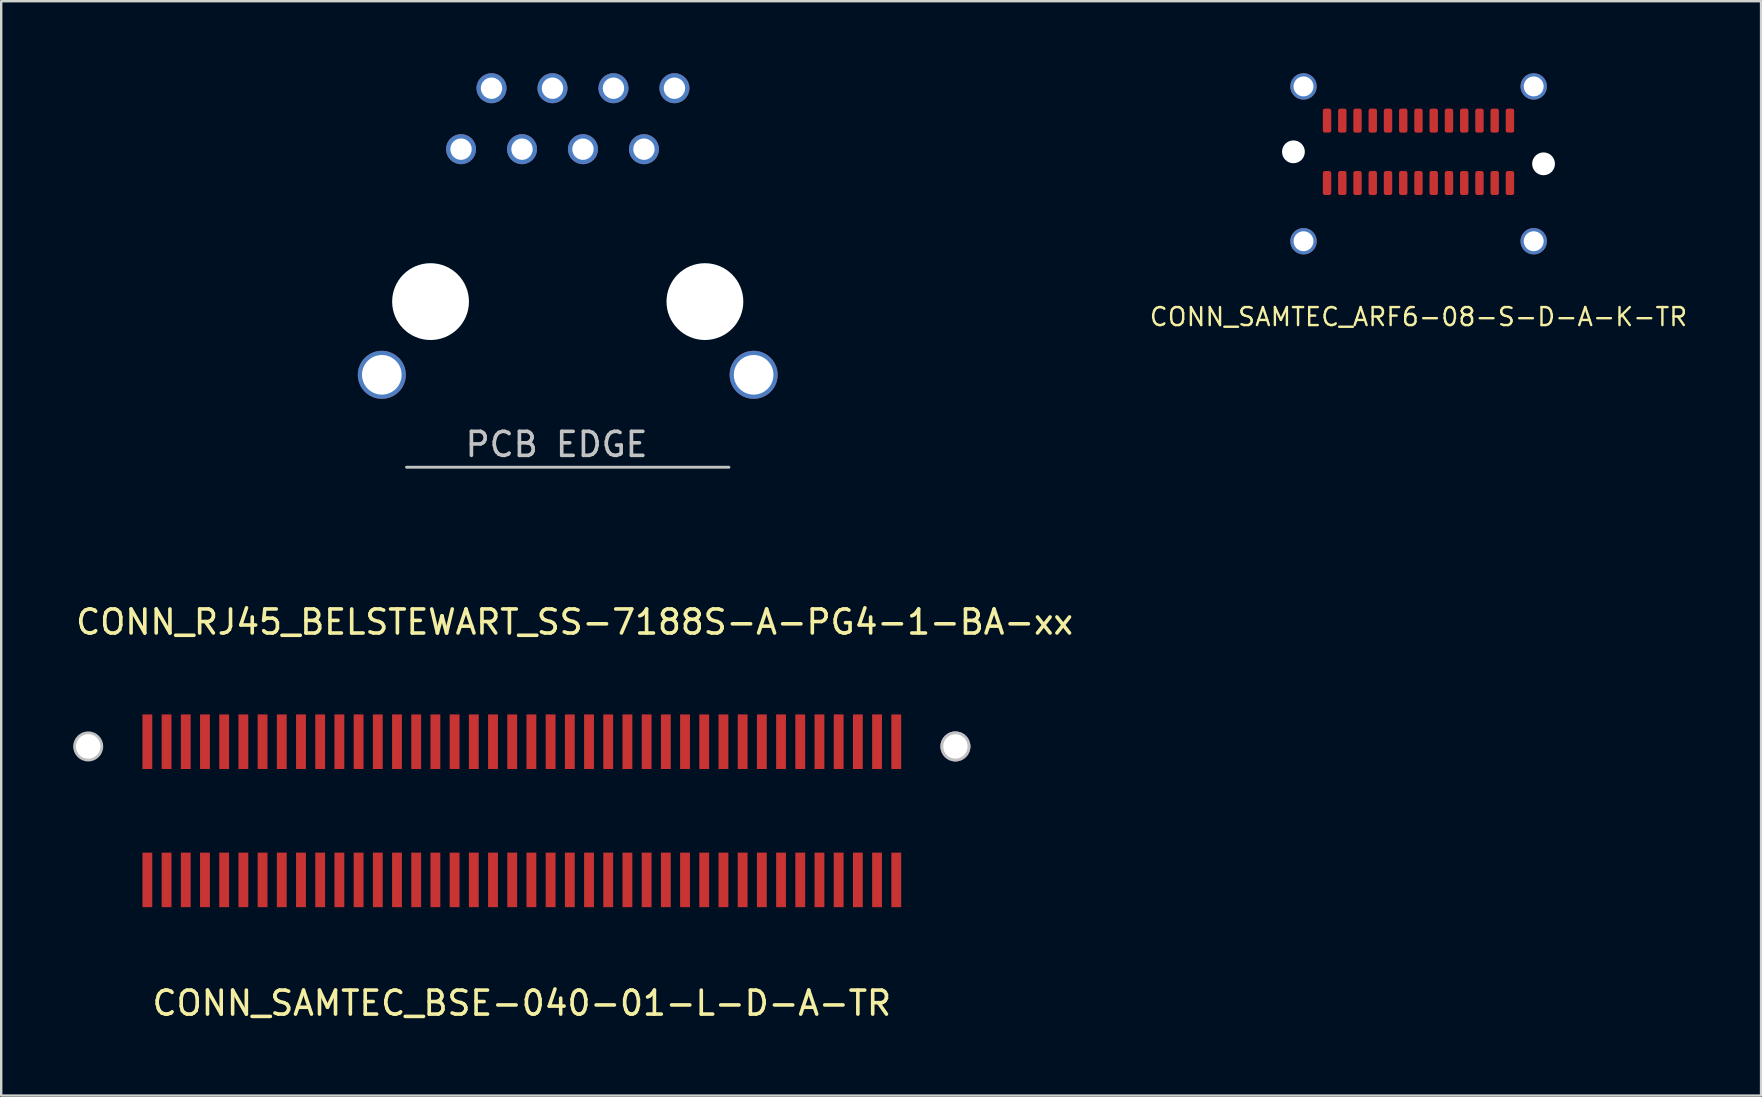
<source format=kicad_pcb>
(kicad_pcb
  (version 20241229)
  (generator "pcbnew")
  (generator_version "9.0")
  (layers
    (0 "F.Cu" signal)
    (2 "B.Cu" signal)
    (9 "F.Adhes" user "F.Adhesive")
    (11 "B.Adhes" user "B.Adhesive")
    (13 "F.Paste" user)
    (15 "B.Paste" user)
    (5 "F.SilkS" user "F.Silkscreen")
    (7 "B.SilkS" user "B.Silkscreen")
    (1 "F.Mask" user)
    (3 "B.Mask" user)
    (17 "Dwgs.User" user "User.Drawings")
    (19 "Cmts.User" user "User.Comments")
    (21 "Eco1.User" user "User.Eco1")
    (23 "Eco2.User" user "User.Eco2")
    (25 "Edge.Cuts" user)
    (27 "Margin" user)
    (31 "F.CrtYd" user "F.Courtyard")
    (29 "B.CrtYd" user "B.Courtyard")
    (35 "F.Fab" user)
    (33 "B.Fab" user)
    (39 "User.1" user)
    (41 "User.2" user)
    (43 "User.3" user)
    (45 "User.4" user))
  (footprint "CONN_SAMTEC_BSE-040-01-L-D-A-TR"
    (layer "F.Cu")
    (at 18.689 30.743)
    (property "Reference" "CONN_SAMTEC_BSE-040-01-L-D-A-TR" (at 0 8 0) (unlocked yes) (layer "F.SilkS") (effects (font (size 1 1) (thickness 0.15))))
    (attr smd)
    (pad "" np_thru_hole circle (at -18.064 -2.696) (size 1.25 1.25) (drill 1.02) (layers "Dwgs.User"))
    (pad "" np_thru_hole circle (at 18.064 -2.696) (size 1.25 1.25) (drill 1.016) (layers "*.Cu" "Dwgs.User"))
    (pad "1" smd rect (at -15.6 2.864) (size 0.41 2.273) (layers "F.Cu" "F.Mask" "F.Paste"))
    (pad "2" smd rect (at -15.6 -2.893) (size 0.41 2.273) (layers "F.Cu" "F.Mask" "F.Paste"))
    (pad "3" smd rect (at -14.8 2.864) (size 0.41 2.273) (layers "F.Cu" "F.Mask" "F.Paste"))
    (pad "4" smd rect (at -14.8 -2.893) (size 0.41 2.273) (layers "F.Cu" "F.Mask" "F.Paste"))
    (pad "5" smd rect (at -14 2.864) (size 0.41 2.273) (layers "F.Cu" "F.Mask" "F.Paste"))
    (pad "6" smd rect (at -14 -2.893) (size 0.41 2.273) (layers "F.Cu" "F.Mask" "F.Paste"))
    (pad "7" smd rect (at -13.2 2.864) (size 0.41 2.273) (layers "F.Cu" "F.Mask" "F.Paste"))
    (pad "8" smd rect (at -13.2 -2.893) (size 0.41 2.273) (layers "F.Cu" "F.Mask" "F.Paste"))
    (pad "9" smd rect (at -12.4 2.864) (size 0.41 2.273) (layers "F.Cu" "F.Mask" "F.Paste"))
    (pad "10" smd rect (at -12.4 -2.893) (size 0.41 2.273) (layers "F.Cu" "F.Mask" "F.Paste"))
    (pad "11" smd rect (at -11.6 2.864) (size 0.41 2.273) (layers "F.Cu" "F.Mask" "F.Paste"))
    (pad "12" smd rect (at -11.6 -2.893) (size 0.41 2.273) (layers "F.Cu" "F.Mask" "F.Paste"))
    (pad "13" smd rect (at -10.8 2.864) (size 0.41 2.273) (layers "F.Cu" "F.Mask" "F.Paste"))
    (pad "14" smd rect (at -10.8 -2.893) (size 0.41 2.273) (layers "F.Cu" "F.Mask" "F.Paste"))
    (pad "15" smd rect (at -10 2.864) (size 0.41 2.273) (layers "F.Cu" "F.Mask" "F.Paste"))
    (pad "16" smd rect (at -10 -2.893) (size 0.41 2.273) (layers "F.Cu" "F.Mask" "F.Paste"))
    (pad "17" smd rect (at -9.2 2.864) (size 0.41 2.273) (layers "F.Cu" "F.Mask" "F.Paste"))
    (pad "18" smd rect (at -9.2 -2.893) (size 0.41 2.273) (layers "F.Cu" "F.Mask" "F.Paste"))
    (pad "19" smd rect (at -8.4 2.864) (size 0.41 2.273) (layers "F.Cu" "F.Mask" "F.Paste"))
    (pad "20" smd rect (at -8.4 -2.893) (size 0.41 2.273) (layers "F.Cu" "F.Mask" "F.Paste"))
    (pad "21" smd rect (at -7.6 2.864) (size 0.41 2.273) (layers "F.Cu" "F.Mask" "F.Paste"))
    (pad "22" smd rect (at -7.6 -2.893) (size 0.41 2.273) (layers "F.Cu" "F.Mask" "F.Paste"))
    (pad "23" smd rect (at -6.8 2.864) (size 0.41 2.273) (layers "F.Cu" "F.Mask" "F.Paste"))
    (pad "24" smd rect (at -6.8 -2.893) (size 0.41 2.273) (layers "F.Cu" "F.Mask" "F.Paste"))
    (pad "25" smd rect (at -6 2.864) (size 0.41 2.273) (layers "F.Cu" "F.Mask" "F.Paste"))
    (pad "26" smd rect (at -6 -2.893) (size 0.41 2.273) (layers "F.Cu" "F.Mask" "F.Paste"))
    (pad "27" smd rect (at -5.2 2.864) (size 0.41 2.273) (layers "F.Cu" "F.Mask" "F.Paste"))
    (pad "28" smd rect (at -5.2 -2.893) (size 0.41 2.273) (layers "F.Cu" "F.Mask" "F.Paste"))
    (pad "29" smd rect (at -4.4 2.864) (size 0.41 2.273) (layers "F.Cu" "F.Mask" "F.Paste"))
    (pad "30" smd rect (at -4.4 -2.893) (size 0.41 2.273) (layers "F.Cu" "F.Mask" "F.Paste"))
    (pad "31" smd rect (at -3.6 2.864) (size 0.41 2.273) (layers "F.Cu" "F.Mask" "F.Paste"))
    (pad "32" smd rect (at -3.6 -2.893) (size 0.41 2.273) (layers "F.Cu" "F.Mask" "F.Paste"))
    (pad "33" smd rect (at -2.8 2.864) (size 0.41 2.273) (layers "F.Cu" "F.Mask" "F.Paste"))
    (pad "34" smd rect (at -2.8 -2.893) (size 0.41 2.273) (layers "F.Cu" "F.Mask" "F.Paste"))
    (pad "35" smd rect (at -2 2.864) (size 0.41 2.273) (layers "F.Cu" "F.Mask" "F.Paste"))
    (pad "36" smd rect (at -2 -2.893) (size 0.41 2.273) (layers "F.Cu" "F.Mask" "F.Paste"))
    (pad "37" smd rect (at -1.2 2.864) (size 0.41 2.273) (layers "F.Cu" "F.Mask" "F.Paste"))
    (pad "38" smd rect (at -1.2 -2.893) (size 0.41 2.273) (layers "F.Cu" "F.Mask" "F.Paste"))
    (pad "39" smd rect (at -0.4 2.864) (size 0.41 2.273) (layers "F.Cu" "F.Mask" "F.Paste"))
    (pad "40" smd rect (at -0.4 -2.893) (size 0.41 2.273) (layers "F.Cu" "F.Mask" "F.Paste"))
    (pad "41" smd rect (at 0.4 2.864) (size 0.41 2.273) (layers "F.Cu" "F.Mask" "F.Paste"))
    (pad "42" smd rect (at 0.4 -2.893) (size 0.41 2.273) (layers "F.Cu" "F.Mask" "F.Paste"))
    (pad "43" smd rect (at 1.2 2.864) (size 0.41 2.273) (layers "F.Cu" "F.Mask" "F.Paste"))
    (pad "44" smd rect (at 1.2 -2.893) (size 0.41 2.273) (layers "F.Cu" "F.Mask" "F.Paste"))
    (pad "45" smd rect (at 2 2.864) (size 0.41 2.273) (layers "F.Cu" "F.Mask" "F.Paste"))
    (pad "46" smd rect (at 2 -2.893) (size 0.41 2.273) (layers "F.Cu" "F.Mask" "F.Paste"))
    (pad "47" smd rect (at 2.8 2.864) (size 0.41 2.273) (layers "F.Cu" "F.Mask" "F.Paste"))
    (pad "48" smd rect (at 2.8 -2.893) (size 0.41 2.273) (layers "F.Cu" "F.Mask" "F.Paste"))
    (pad "49" smd rect (at 3.6 2.864) (size 0.41 2.273) (layers "F.Cu" "F.Mask" "F.Paste"))
    (pad "50" smd rect (at 3.6 -2.893) (size 0.41 2.273) (layers "F.Cu" "F.Mask" "F.Paste"))
    (pad "51" smd rect (at 4.4 2.864) (size 0.41 2.273) (layers "F.Cu" "F.Mask" "F.Paste"))
    (pad "52" smd rect (at 4.4 -2.893) (size 0.41 2.273) (layers "F.Cu" "F.Mask" "F.Paste"))
    (pad "53" smd rect (at 5.2 2.864) (size 0.41 2.273) (layers "F.Cu" "F.Mask" "F.Paste"))
    (pad "54" smd rect (at 5.2 -2.893) (size 0.41 2.273) (layers "F.Cu" "F.Mask" "F.Paste"))
    (pad "55" smd rect (at 6 2.864) (size 0.41 2.273) (layers "F.Cu" "F.Mask" "F.Paste"))
    (pad "56" smd rect (at 6 -2.893) (size 0.41 2.273) (layers "F.Cu" "F.Mask" "F.Paste"))
    (pad "57" smd rect (at 6.8 2.864) (size 0.41 2.273) (layers "F.Cu" "F.Mask" "F.Paste"))
    (pad "58" smd rect (at 6.8 -2.893) (size 0.41 2.273) (layers "F.Cu" "F.Mask" "F.Paste"))
    (pad "59" smd rect (at 7.6 2.864) (size 0.41 2.273) (layers "F.Cu" "F.Mask" "F.Paste"))
    (pad "60" smd rect (at 7.6 -2.893) (size 0.41 2.273) (layers "F.Cu" "F.Mask" "F.Paste"))
    (pad "61" smd rect (at 8.4 2.864) (size 0.41 2.273) (layers "F.Cu" "F.Mask" "F.Paste"))
    (pad "62" smd rect (at 8.4 -2.893) (size 0.41 2.273) (layers "F.Cu" "F.Mask" "F.Paste"))
    (pad "63" smd rect (at 9.2 2.864) (size 0.41 2.273) (layers "F.Cu" "F.Mask" "F.Paste"))
    (pad "64" smd rect (at 9.2 -2.893) (size 0.41 2.273) (layers "F.Cu" "F.Mask" "F.Paste"))
    (pad "65" smd rect (at 10 2.864) (size 0.41 2.273) (layers "F.Cu" "F.Mask" "F.Paste"))
    (pad "66" smd rect (at 10 -2.893) (size 0.41 2.273) (layers "F.Cu" "F.Mask" "F.Paste"))
    (pad "67" smd rect (at 10.8 2.864) (size 0.41 2.273) (layers "F.Cu" "F.Mask" "F.Paste"))
    (pad "68" smd rect (at 10.8 -2.893) (size 0.41 2.273) (layers "F.Cu" "F.Mask" "F.Paste"))
    (pad "69" smd rect (at 11.6 2.864) (size 0.41 2.273) (layers "F.Cu" "F.Mask" "F.Paste"))
    (pad "70" smd rect (at 11.6 -2.893) (size 0.41 2.273) (layers "F.Cu" "F.Mask" "F.Paste"))
    (pad "71" smd rect (at 12.4 2.864) (size 0.41 2.273) (layers "F.Cu" "F.Mask" "F.Paste"))
    (pad "72" smd rect (at 12.4 -2.893) (size 0.41 2.273) (layers "F.Cu" "F.Mask" "F.Paste"))
    (pad "73" smd rect (at 13.2 2.864) (size 0.41 2.273) (layers "F.Cu" "F.Mask" "F.Paste"))
    (pad "74" smd rect (at 13.2 -2.893) (size 0.41 2.273) (layers "F.Cu" "F.Mask" "F.Paste"))
    (pad "75" smd rect (at 14 2.864) (size 0.41 2.273) (layers "F.Cu" "F.Mask" "F.Paste"))
    (pad "76" smd rect (at 14 -2.893) (size 0.41 2.273) (layers "F.Cu" "F.Mask" "F.Paste"))
    (pad "77" smd rect (at 14.8 2.864) (size 0.41 2.273) (layers "F.Cu" "F.Mask" "F.Paste"))
    (pad "78" smd rect (at 14.8 -2.893) (size 0.41 2.273) (layers "F.Cu" "F.Mask" "F.Paste"))
    (pad "79" smd rect (at 15.6 2.864) (size 0.41 2.273) (layers "F.Cu" "F.Mask" "F.Paste"))
    (pad "80" smd rect (at 15.6 -2.893) (size 0.41 2.273) (layers "F.Cu" "F.Mask" "F.Paste")))
  (footprint "CONN_RJ45_BELSTEWART_SS-7188S-A-PG4-1-BA-xx"
    (layer "F.Cu")
    (at 14.887 9.515)
    (property "Reference" "CONN_RJ45_BELSTEWART_SS-7188S-A-PG4-1-BA-xx" (at 6 13.35 0) (unlocked yes) (layer "F.SilkS") (effects (font (size 1 1) (thickness 0.15))))
    (attr smd)
    (fp_line (start -1 6.9) (end 12.43 6.9) (stroke (width 0.12) (type solid)) (layer "Dwgs.User"))
    (fp_text user "PCB EDGE" (at 5.25 5.95 0) (unlocked yes) (layer "Dwgs.User") (effects (font (size 1 1) (thickness 0.15))))
    (pad "" np_thru_hole circle (at 0 0) (size 3.2 3.2) (drill 3.2) (layers "*.Cu" "*.Mask"))
    (pad "" np_thru_hole circle (at 11.43 0) (size 3.2 3.2) (drill 3.2) (layers "*.Cu" "*.Mask"))
    (pad "1" thru_hole circle (at 1.27 -6.35) (size 1.25 1.25) (drill 0.89) (layers "*.Cu" "*.Mask"))
    (pad "2" thru_hole circle (at 2.54 -8.89) (size 1.25 1.25) (drill 0.89) (layers "*.Cu" "*.Mask"))
    (pad "3" thru_hole circle (at 3.81 -6.35) (size 1.25 1.25) (drill 0.89) (layers "*.Cu" "*.Mask"))
    (pad "4" thru_hole circle (at 5.08 -8.89) (size 1.25 1.25) (drill 0.89) (layers "*.Cu" "*.Mask"))
    (pad "5" thru_hole circle (at 6.35 -6.35) (size 1.25 1.25) (drill 0.89) (layers "*.Cu" "*.Mask"))
    (pad "6" thru_hole circle (at 7.62 -8.89) (size 1.25 1.25) (drill 0.89) (layers "*.Cu" "*.Mask"))
    (pad "7" thru_hole circle (at 8.89 -6.35) (size 1.25 1.25) (drill 0.89) (layers "*.Cu" "*.Mask"))
    (pad "8" thru_hole circle (at 10.16 -8.89) (size 1.25 1.25) (drill 0.89) (layers "*.Cu" "*.Mask"))
    (pad "9" thru_hole circle (at -2.03 3.05) (size 2 2) (drill 1.65) (layers "*.Cu" "*.Mask"))
    (pad "9" thru_hole circle (at 13.46 3.05) (size 2 2) (drill 1.65) (layers "*.Cu" "*.Mask")))
  (footprint "CONN_SAMTEC_ARF6-08-S-D-A-K-TR"
    (layer "F.Cu")
    (at 56.045 3.275)
    (property "Reference" "CONN_SAMTEC_ARF6-08-S-D-A-K-TR" (at 0 6.875 0) (unlocked yes) (layer "F.SilkS") (effects (font (size 0.75 0.75) (thickness 0.1))))
    (attr smd)
    (pad "" np_thru_hole circle (at -5.21 0) (size 0.95 0.95) (drill 0.95) (layers "*.Cu" "*.Mask"))
    (pad "" np_thru_hole circle (at 5.21 0.5) (size 0.95 0.95) (drill 0.95) (layers "*.Cu" "*.Mask"))
    (pad "1" smd roundrect (at -3.81 -1.3) (size 0.35 1) (layers "F.Cu" "F.Mask" "F.Paste") (roundrect_rratio 0.25))
    (pad "2" smd roundrect (at -3.81 1.3) (size 0.35 1) (layers "F.Cu" "F.Mask" "F.Paste") (roundrect_rratio 0.25))
    (pad "3" smd roundrect (at -3.175 -1.3) (size 0.35 1) (layers "F.Cu" "F.Mask" "F.Paste") (roundrect_rratio 0.25))
    (pad "4" smd roundrect (at -3.175 1.3) (size 0.35 1) (layers "F.Cu" "F.Mask" "F.Paste") (roundrect_rratio 0.25))
    (pad "5" smd roundrect (at -2.54 -1.3) (size 0.35 1) (layers "F.Cu" "F.Mask" "F.Paste") (roundrect_rratio 0.25))
    (pad "6" smd roundrect (at -2.54 1.3) (size 0.35 1) (layers "F.Cu" "F.Mask" "F.Paste") (roundrect_rratio 0.25))
    (pad "7" smd roundrect (at -1.905 -1.3) (size 0.35 1) (layers "F.Cu" "F.Mask" "F.Paste") (roundrect_rratio 0.25))
    (pad "8" smd roundrect (at -1.905 1.3) (size 0.35 1) (layers "F.Cu" "F.Mask" "F.Paste") (roundrect_rratio 0.25))
    (pad "9" smd roundrect (at -1.27 -1.3) (size 0.35 1) (layers "F.Cu" "F.Mask" "F.Paste") (roundrect_rratio 0.25))
    (pad "10" smd roundrect (at -1.27 1.3) (size 0.35 1) (layers "F.Cu" "F.Mask" "F.Paste") (roundrect_rratio 0.25))
    (pad "11" smd roundrect (at -0.635 -1.3) (size 0.35 1) (layers "F.Cu" "F.Mask" "F.Paste") (roundrect_rratio 0.25))
    (pad "12" smd roundrect (at -0.635 1.3) (size 0.35 1) (layers "F.Cu" "F.Mask" "F.Paste") (roundrect_rratio 0.25))
    (pad "13" smd roundrect (at 0 -1.3) (size 0.35 1) (layers "F.Cu" "F.Mask" "F.Paste") (roundrect_rratio 0.25))
    (pad "14" smd roundrect (at 0 1.3) (size 0.35 1) (layers "F.Cu" "F.Mask" "F.Paste") (roundrect_rratio 0.25))
    (pad "15" smd roundrect (at 0.635 -1.3) (size 0.35 1) (layers "F.Cu" "F.Mask" "F.Paste") (roundrect_rratio 0.25))
    (pad "16" smd roundrect (at 0.635 1.3) (size 0.35 1) (layers "F.Cu" "F.Mask" "F.Paste") (roundrect_rratio 0.25))
    (pad "17" smd roundrect (at 1.27 -1.3) (size 0.35 1) (layers "F.Cu" "F.Mask" "F.Paste") (roundrect_rratio 0.25))
    (pad "18" smd roundrect (at 1.27 1.3) (size 0.35 1) (layers "F.Cu" "F.Mask" "F.Paste") (roundrect_rratio 0.25))
    (pad "19" smd roundrect (at 1.905 -1.3) (size 0.35 1) (layers "F.Cu" "F.Mask" "F.Paste") (roundrect_rratio 0.25))
    (pad "20" smd roundrect (at 1.905 1.3) (size 0.35 1) (layers "F.Cu" "F.Mask" "F.Paste") (roundrect_rratio 0.25))
    (pad "21" smd roundrect (at 2.54 -1.3) (size 0.35 1) (layers "F.Cu" "F.Mask" "F.Paste") (roundrect_rratio 0.25))
    (pad "22" smd roundrect (at 2.54 1.3) (size 0.35 1) (layers "F.Cu" "F.Mask" "F.Paste") (roundrect_rratio 0.25))
    (pad "23" smd roundrect (at 3.175 -1.3) (size 0.35 1) (layers "F.Cu" "F.Mask" "F.Paste") (roundrect_rratio 0.25))
    (pad "24" smd roundrect (at 3.175 1.3) (size 0.35 1) (layers "F.Cu" "F.Mask" "F.Paste") (roundrect_rratio 0.25))
    (pad "25" smd roundrect (at 3.81 -1.3) (size 0.35 1) (layers "F.Cu" "F.Mask" "F.Paste") (roundrect_rratio 0.25))
    (pad "26" smd roundrect (at 3.81 1.3) (size 0.35 1) (layers "F.Cu" "F.Mask" "F.Paste") (roundrect_rratio 0.25))
    (pad "27" thru_hole circle (at -4.79 -2.725) (size 1.1 1.1) (drill 0.83) (property pad_prop_heatsink) (layers "*.Cu" "*.Mask" "F.Paste"))
    (pad "27" thru_hole circle (at -4.79 3.725) (size 1.1 1.1) (drill 0.83) (property pad_prop_heatsink) (layers "*.Cu" "*.Mask" "F.Paste"))
    (pad "27" thru_hole circle (at 4.8 -2.725) (size 1.1 1.1) (drill 0.83) (property pad_prop_testpoint) (layers "*.Cu" "*.Mask" "F.Paste"))
    (pad "27" thru_hole circle (at 4.8 3.725) (size 1.1 1.1) (drill 0.83) (property pad_prop_heatsink) (layers "*.Cu" "*.Mask" "F.Paste")))
  (gr_rect
    (start -3 -3)
    (end 70.317 42.592)
    (stroke (width 0.1) (type default))
    (fill no)
    (layer "Edge.Cuts")))
</source>
